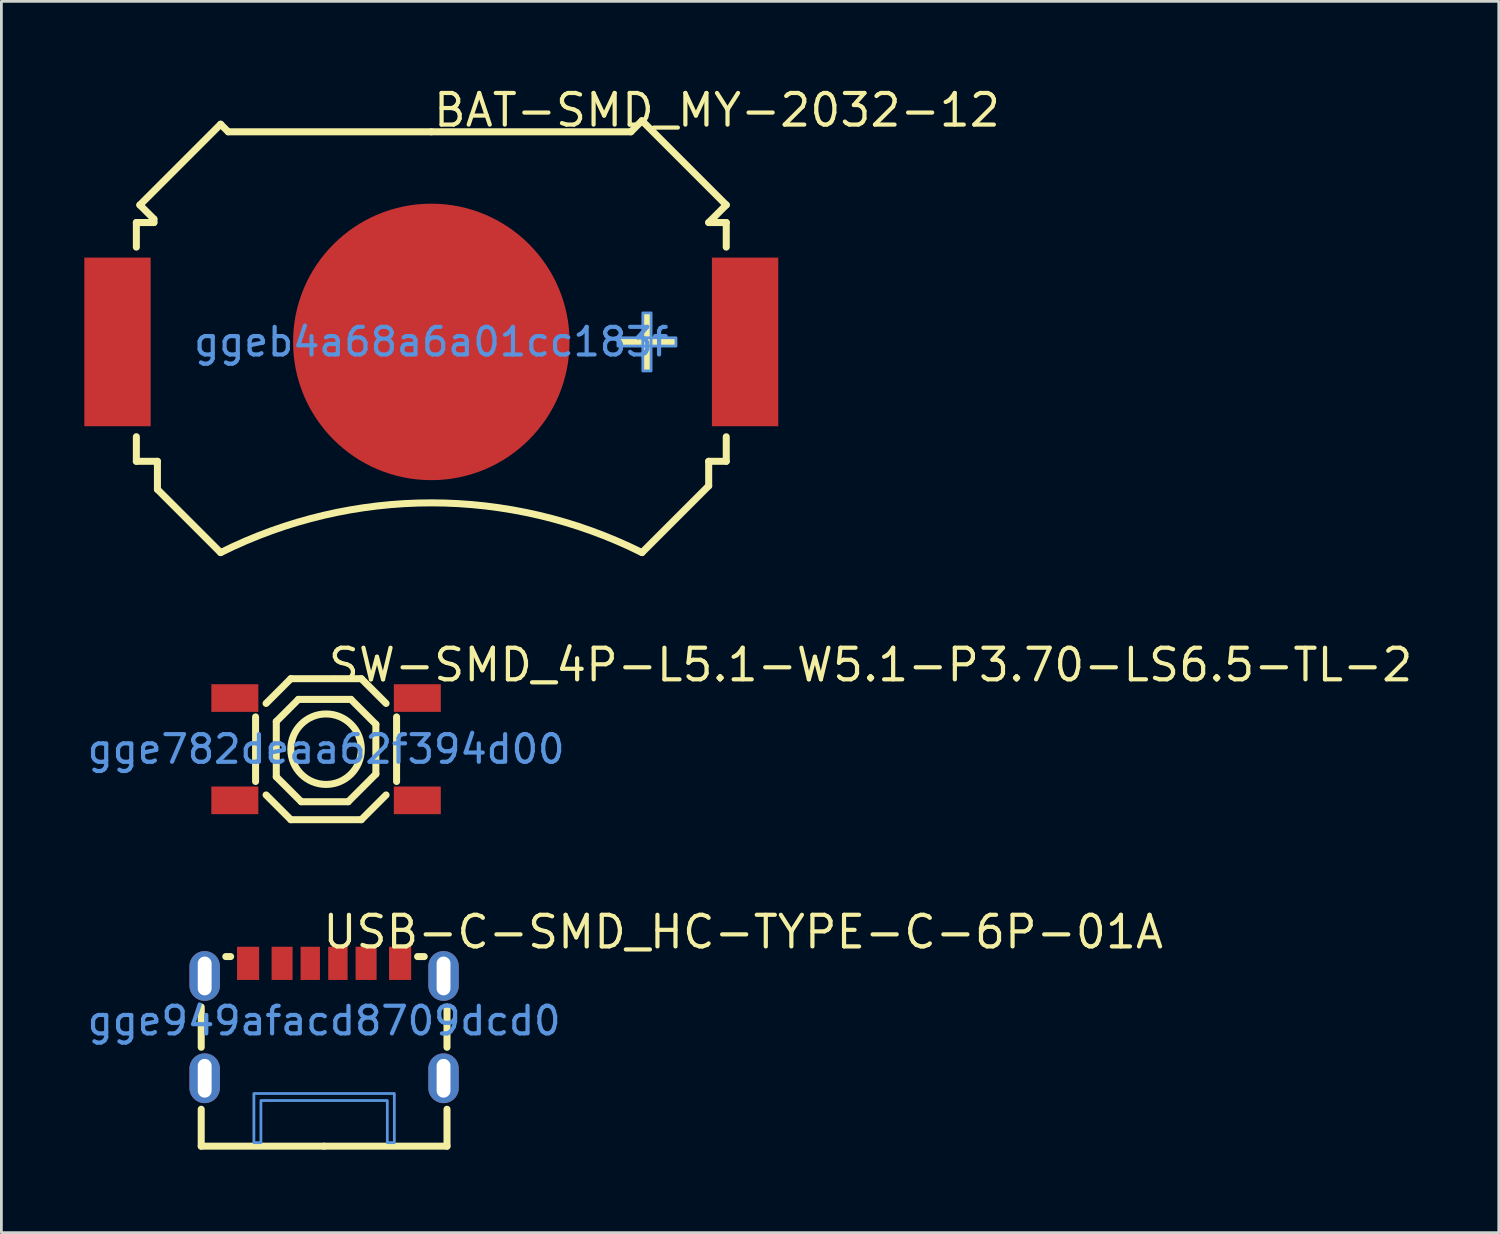
<source format=kicad_pcb>
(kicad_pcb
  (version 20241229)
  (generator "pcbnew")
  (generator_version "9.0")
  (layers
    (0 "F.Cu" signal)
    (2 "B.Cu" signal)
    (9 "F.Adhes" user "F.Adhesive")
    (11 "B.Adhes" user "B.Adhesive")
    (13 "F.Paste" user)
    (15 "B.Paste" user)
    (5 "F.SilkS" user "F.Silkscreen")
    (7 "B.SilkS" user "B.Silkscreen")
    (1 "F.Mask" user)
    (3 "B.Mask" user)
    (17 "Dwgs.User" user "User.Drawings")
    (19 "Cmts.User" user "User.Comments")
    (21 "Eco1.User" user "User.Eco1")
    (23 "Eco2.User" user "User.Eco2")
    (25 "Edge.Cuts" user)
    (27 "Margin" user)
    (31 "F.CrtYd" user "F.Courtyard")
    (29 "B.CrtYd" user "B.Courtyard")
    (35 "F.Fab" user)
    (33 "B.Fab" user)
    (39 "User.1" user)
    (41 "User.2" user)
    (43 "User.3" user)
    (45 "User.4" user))
  (footprint "SW-SMD_4P-L5.1-W5.1-P3.70-LS6.5-TL-2"
    (layer "F.Cu")
    (at 8.744 24.048)
    (property "Reference" "SW-SMD_4P-L5.1-W5.1-P3.70-LS6.5-TL-2" (at 0 -3.048 0) (layer "F.SilkS") (effects (font (size 1.143 1.143) (thickness 0.152)) (justify left)))
    (attr smd)
    (fp_line (start -2.55 -1.168) (end -2.55 1.168) (stroke (width 0.254) (type solid)) (layer "F.SilkS"))
    (fp_line (start -2.17 1.655) (end -1.275 2.55) (stroke (width 0.254) (type solid)) (layer "F.SilkS"))
    (fp_line (start -1.801 -1.001) (end -1.001 -1.801) (stroke (width 0.254) (type solid)) (layer "F.SilkS"))
    (fp_line (start -1.801 0.998) (end -1.801 -1.001) (stroke (width 0.254) (type solid)) (layer "F.SilkS"))
    (fp_line (start -1.275 -2.55) (end -2.17 -1.655) (stroke (width 0.254) (type solid)) (layer "F.SilkS"))
    (fp_line (start -1.275 -2.55) (end 1.275 -2.55) (stroke (width 0.254) (type solid)) (layer "F.SilkS"))
    (fp_line (start -1.275 2.55) (end 1.275 2.55) (stroke (width 0.254) (type solid)) (layer "F.SilkS"))
    (fp_line (start -1.001 -1.801) (end 0.899 -1.801) (stroke (width 0.254) (type solid)) (layer "F.SilkS"))
    (fp_line (start -0.899 1.9) (end -1.801 0.998) (stroke (width 0.254) (type solid)) (layer "F.SilkS"))
    (fp_line (start 0.8 1.9) (end -0.899 1.9) (stroke (width 0.254) (type solid)) (layer "F.SilkS"))
    (fp_line (start 0.899 -1.801) (end 1.801 -0.899) (stroke (width 0.254) (type solid)) (layer "F.SilkS"))
    (fp_line (start 1.275 -2.55) (end 2.17 -1.655) (stroke (width 0.254) (type solid)) (layer "F.SilkS"))
    (fp_line (start 1.801 -0.899) (end 1.801 0.899) (stroke (width 0.254) (type solid)) (layer "F.SilkS"))
    (fp_line (start 1.801 0.899) (end 0.8 1.9) (stroke (width 0.254) (type solid)) (layer "F.SilkS"))
    (fp_line (start 2.17 1.655) (end 1.275 2.55) (stroke (width 0.254) (type solid)) (layer "F.SilkS"))
    (fp_line (start 2.55 -1.168) (end 2.55 1.168) (stroke (width 0.254) (type solid)) (layer "F.SilkS"))
    (fp_circle (center 0 0) (end 1.275 0) (stroke (width 0.254) (type solid)) (fill no) (layer "F.SilkS"))
    (fp_text user "gge782deaa62f394d00" (at 0 0 0) (layer "Cmts.User") (effects (font (size 1 1) (thickness 0.15))))
    (pad "1" smd rect (at -3.3 -1.85) (size 1.7 1) (layers "F.Cu" "F.Mask" "F.Paste"))
    (pad "2" smd rect (at 3.3 -1.85) (size 1.7 1) (layers "F.Cu" "F.Mask" "F.Paste"))
    (pad "3" smd rect (at -3.3 1.85) (size 1.7 1) (layers "F.Cu" "F.Mask" "F.Paste"))
    (pad "4" smd rect (at 3.3 1.85) (size 1.7 1) (layers "F.Cu" "F.Mask" "F.Paste")))
  (footprint "BAT-SMD_MY-2032-12"
    (layer "F.Cu")
    (at 12.55 9.317)
    (property "Reference" "BAT-SMD_MY-2032-12" (at 0 -8.382 0) (layer "F.SilkS") (effects (font (size 1.143 1.143) (thickness 0.152)) (justify left)))
    (attr smd)
    (fp_line (start -10.668 -4.318) (end -10.033 -4.318) (stroke (width 0.254) (type solid)) (layer "F.SilkS"))
    (fp_line (start -10.668 -3.429) (end -10.668 -4.318) (stroke (width 0.254) (type solid)) (layer "F.SilkS"))
    (fp_line (start -10.668 3.429) (end -10.668 4.318) (stroke (width 0.254) (type solid)) (layer "F.SilkS"))
    (fp_line (start -10.668 4.318) (end -9.906 4.318) (stroke (width 0.254) (type solid)) (layer "F.SilkS"))
    (fp_line (start -10.541 -4.953) (end -7.62 -7.874) (stroke (width 0.254) (type solid)) (layer "F.SilkS"))
    (fp_line (start -10.033 -4.445) (end -10.541 -4.953) (stroke (width 0.254) (type solid)) (layer "F.SilkS"))
    (fp_line (start -10.033 -4.318) (end -10.033 -4.445) (stroke (width 0.254) (type solid)) (layer "F.SilkS"))
    (fp_line (start -9.906 4.318) (end -9.906 5.334) (stroke (width 0.254) (type solid)) (layer "F.SilkS"))
    (fp_line (start -9.906 5.334) (end -7.62 7.62) (stroke (width 0.254) (type solid)) (layer "F.SilkS"))
    (fp_line (start -7.346 -7.6) (end -7.62 -7.874) (stroke (width 0.254) (type solid)) (layer "F.SilkS"))
    (fp_line (start 0 -7.6) (end -7.346 -7.6) (stroke (width 0.254) (type solid)) (layer "F.SilkS"))
    (fp_line (start 0 -7.6) (end 7.219 -7.6) (stroke (width 0.254) (type solid)) (layer "F.SilkS"))
    (fp_line (start 7.219 -7.6) (end 7.62 -8.001) (stroke (width 0.254) (type solid)) (layer "F.SilkS"))
    (fp_line (start 10.033 -4.318) (end 10.668 -4.953) (stroke (width 0.254) (type solid)) (layer "F.SilkS"))
    (fp_line (start 10.033 4.318) (end 10.033 5.207) (stroke (width 0.254) (type solid)) (layer "F.SilkS"))
    (fp_line (start 10.033 5.207) (end 7.62 7.62) (stroke (width 0.254) (type solid)) (layer "F.SilkS"))
    (fp_line (start 10.668 -4.953) (end 7.62 -8.001) (stroke (width 0.254) (type solid)) (layer "F.SilkS"))
    (fp_line (start 10.668 -4.318) (end 10.033 -4.318) (stroke (width 0.254) (type solid)) (layer "F.SilkS"))
    (fp_line (start 10.668 -3.429) (end 10.668 -4.318) (stroke (width 0.254) (type solid)) (layer "F.SilkS"))
    (fp_line (start 10.668 3.431) (end 10.668 4.318) (stroke (width 0.254) (type solid)) (layer "F.SilkS"))
    (fp_line (start 10.668 4.318) (end 10.033 4.318) (stroke (width 0.254) (type solid)) (layer "F.SilkS"))
    (fp_arc (start -7.62 7.62) (mid -0.000015 5.821162) (end 7.619973 7.619986) (stroke (width 0.254) (type solid)) (layer "F.SilkS"))
    (fp_poly (pts (xy 6.75 -0.15) (xy 8.85 -0.15) (xy 8.85 0.15) (xy 6.75 0.15)) (stroke (width 0) (type solid)) (fill yes) (layer "F.SilkS"))
    (fp_poly (pts (xy 7.65 1.05) (xy 7.65 -1.05) (xy 7.95 -1.05) (xy 7.95 1.05)) (stroke (width 0) (type solid)) (fill yes) (layer "F.SilkS"))
    (fp_poly (pts (xy -10.15 -3.05) (xy -12.55 -3.05) (xy -12.55 3.05) (xy -10.15 3.05) (xy -10.15 3.04)) (stroke (width 0) (type solid)) (fill yes) (layer "F.Paste"))
    (fp_poly (pts (xy 12.55 -3.05) (xy 10.15 -3.05) (xy 10.15 3.05) (xy 12.55 3.05) (xy 12.55 3.04)) (stroke (width 0) (type solid)) (fill yes) (layer "F.Paste"))
    (fp_poly (pts (xy 6.75 -0.15) (xy 8.85 -0.15) (xy 8.85 0.15) (xy 6.75 0.15)) (stroke (width 0.1) (type solid)) (fill no) (layer "Cmts.User"))
    (fp_poly (pts (xy 7.65 1.05) (xy 7.65 -1.05) (xy 7.95 -1.05) (xy 7.95 1.05)) (stroke (width 0.1) (type solid)) (fill no) (layer "Cmts.User"))
    (fp_text user "ggeb4a68a6a01cc183f" (at 0 0 0) (layer "Cmts.User") (effects (font (size 1 1) (thickness 0.15))))
    (pad "1" smd rect (at -11.35 0) (size 2.4 6.1) (layers "F.Cu" "F.Mask" "F.Paste"))
    (pad "1" smd rect (at 11.35 0) (size 2.4 6.1) (layers "F.Cu" "F.Mask" "F.Paste"))
    (pad "2" smd circle (at 0 0) (size 10 10) (layers "F.Cu" "F.Mask" "F.Paste")))
  (footprint "USB-C-SMD_HC-TYPE-C-6P-01A"
    (layer "F.Cu")
    (at 8.673 33.872)
    (property "Reference" "USB-C-SMD_HC-TYPE-C-6P-01A" (at -0.127 -3.212 0) (layer "F.SilkS") (effects (font (size 1.143 1.143) (thickness 0.152)) (justify left)))
    (attr smd)
    (fp_line (start -4.445 0.957) (end -4.445 -0.501) (stroke (width 0.254) (type solid)) (layer "F.SilkS"))
    (fp_line (start -4.445 4.535) (end -4.445 3.199) (stroke (width 0.254) (type solid)) (layer "F.SilkS"))
    (fp_line (start -3.556 -2.323) (end -3.381 -2.323) (stroke (width 0.254) (type solid)) (layer "F.SilkS"))
    (fp_line (start 0 4.535) (end -4.445 4.535) (stroke (width 0.254) (type solid)) (layer "F.SilkS"))
    (fp_line (start 3.381 -2.323) (end 3.622 -2.323) (stroke (width 0.254) (type solid)) (layer "F.SilkS"))
    (fp_line (start 4.445 -0.501) (end 4.445 0.957) (stroke (width 0.254) (type solid)) (layer "F.SilkS"))
    (fp_line (start 4.445 3.199) (end 4.445 4.535) (stroke (width 0.254) (type solid)) (layer "F.SilkS"))
    (fp_line (start 4.445 4.535) (end 0 4.535) (stroke (width 0.254) (type solid)) (layer "F.SilkS"))
    (fp_poly (pts (xy -3.15 -2.678) (xy -2.35 -2.678) (xy -2.35 -1.478) (xy -3.15 -1.478)) (stroke (width 0) (type solid)) (fill yes) (layer "F.Paste"))
    (fp_poly (pts (xy -1.9 -2.678) (xy -1.14 -2.678) (xy -1.14 -1.478) (xy -1.9 -1.478)) (stroke (width 0) (type solid)) (fill yes) (layer "F.Paste"))
    (fp_poly (pts (xy -0.851 -2.678) (xy -0.151 -2.678) (xy -0.151 -1.478) (xy -0.851 -1.478)) (stroke (width 0) (type solid)) (fill yes) (layer "F.Paste"))
    (fp_poly (pts (xy 0.149 -2.678) (xy 0.849 -2.678) (xy 0.849 -1.478) (xy 0.149 -1.478)) (stroke (width 0) (type solid)) (fill yes) (layer "F.Paste"))
    (fp_poly (pts (xy 1.139 -2.678) (xy 1.899 -2.678) (xy 1.899 -1.478) (xy 1.139 -1.478)) (stroke (width 0) (type solid)) (fill yes) (layer "F.Paste"))
    (fp_poly (pts (xy 2.349 -2.678) (xy 3.149 -2.678) (xy 3.149 -1.478) (xy 2.349 -1.478)) (stroke (width 0) (type solid)) (fill yes) (layer "F.Paste"))
    (fp_poly (pts (xy -2.54 4.408) (xy -2.54 2.63) (xy 2.54 2.63) (xy 2.54 4.408) (xy 2.286 4.408) (xy 2.286 2.884) (xy -2.286 2.884) (xy -2.286 4.408)) (stroke (width 0.1) (type solid)) (fill no) (layer "Cmts.User"))
    (fp_text user "gge949afacd8709dcd0" (at 0 0 0) (layer "Cmts.User") (effects (font (size 1 1) (thickness 0.15))))
    (pad "1" thru_hole oval (at -4.32 -1.622) (size 1.1 1.8) (drill oval 0.5 1.401) (layers "*.Cu" "*.Paste" "*.Mask"))
    (pad "2" thru_hole oval (at -4.32 2.078) (size 1.1 1.8) (drill oval 0.5 1.401) (layers "*.Cu" "*.Paste" "*.Mask"))
    (pad "3" thru_hole oval (at 4.32 -1.622) (size 1.1 1.8) (drill oval 0.5 1.401) (layers "*.Cu" "*.Paste" "*.Mask"))
    (pad "4" thru_hole oval (at 4.32 2.078) (size 1.1 1.8) (drill oval 0.5 1.401) (layers "*.Cu" "*.Paste" "*.Mask"))
    (pad "A5" smd rect (at -0.501 -2.078) (size 0.7 1.2) (layers "F.Cu" "F.Mask" "F.Paste"))
    (pad "A9" smd rect (at 1.519 -2.078) (size 0.76 1.2) (layers "F.Cu" "F.Mask" "F.Paste"))
    (pad "A12" smd rect (at 2.749 -2.078) (size 0.8 1.2) (layers "F.Cu" "F.Mask" "F.Paste"))
    (pad "B5" smd rect (at 0.499 -2.078) (size 0.7 1.2) (layers "F.Cu" "F.Mask" "F.Paste"))
    (pad "B9" smd rect (at -1.52 -2.078) (size 0.76 1.2) (layers "F.Cu" "F.Mask" "F.Paste"))
    (pad "B12" smd rect (at -2.75 -2.078) (size 0.8 1.2) (layers "F.Cu" "F.Mask" "F.Paste")))
  (gr_rect
    (start -3 -3)
    (end 51.16 41.534)
    (stroke (width 0.1) (type default))
    (fill no)
    (layer "Edge.Cuts")))
</source>
